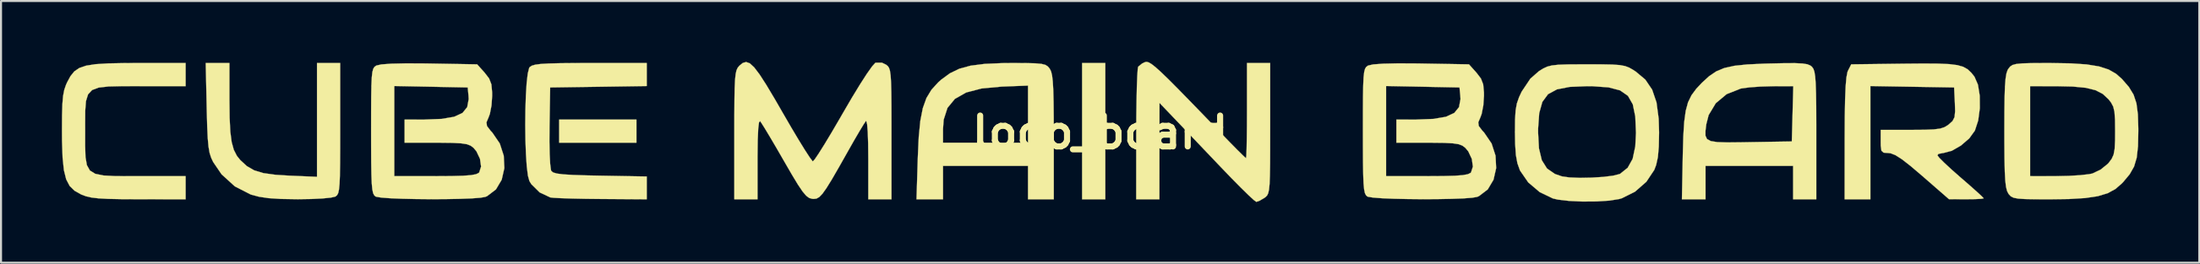
<source format=kicad_pcb>
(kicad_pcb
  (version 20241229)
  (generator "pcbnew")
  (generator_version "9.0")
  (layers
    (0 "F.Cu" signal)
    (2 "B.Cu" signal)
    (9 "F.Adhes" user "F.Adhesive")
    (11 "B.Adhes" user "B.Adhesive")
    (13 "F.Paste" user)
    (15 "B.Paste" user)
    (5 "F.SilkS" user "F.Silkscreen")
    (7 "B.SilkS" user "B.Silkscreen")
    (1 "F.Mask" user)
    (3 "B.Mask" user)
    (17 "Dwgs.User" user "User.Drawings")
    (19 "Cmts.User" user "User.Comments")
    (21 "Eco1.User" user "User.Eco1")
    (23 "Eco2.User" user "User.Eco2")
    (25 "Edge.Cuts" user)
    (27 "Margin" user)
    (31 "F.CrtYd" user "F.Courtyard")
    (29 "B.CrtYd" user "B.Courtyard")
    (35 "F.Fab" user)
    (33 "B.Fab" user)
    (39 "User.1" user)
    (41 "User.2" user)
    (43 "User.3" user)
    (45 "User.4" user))
  (footprint "logo_board"
    (layer "F.Cu")
    (at 51.186 3.493)
    (property "Reference" "logo_board" (at 0 0 0) (layer "F.SilkS") (effects (font (size 1.524 1.524) (thickness 0.3))))
    (attr through_hole)
    (fp_poly (pts (xy -22.86 0.508) (xy -26.67 0.508) (xy -26.67 -0.635) (xy -22.86 -0.635) (xy -22.86 0.508)) (stroke (width 0.01) (type solid)) (fill yes) (layer "F.SilkS"))
    (fp_poly (pts (xy 0.254 3.302) (xy -0.889 3.302) (xy -0.889 -3.429) (xy 0.254 -3.429) (xy 0.254 3.302)) (stroke (width 0.01) (type solid)) (fill yes) (layer "F.SilkS"))
    (fp_poly (pts (xy -22.352 -2.292) (xy -24.733 -2.257) (xy -27.114 -2.223) (xy -27.146 -0.254) (xy -27.15 0.455) (xy -27.138 1.073) (xy -27.113 1.551) (xy -27.076 1.845) (xy -27.056 1.905) (xy -26.968 1.976) (xy -26.784 2.03) (xy -26.472 2.07) (xy -25.999 2.099) (xy -25.331 2.121) (xy -24.643 2.135) (xy -22.352 2.175) (xy -22.352 3.302) (xy -24.606 3.287) (xy -25.353 3.279) (xy -26.025 3.265) (xy -26.574 3.248) (xy -26.954 3.227) (xy -27.109 3.209) (xy -27.63 2.963) (xy -28.044 2.553) (xy -28.137 2.4) (xy -28.21 2.132) (xy -28.267 1.671) (xy -28.307 1.067) (xy -28.332 0.367) (xy -28.341 -0.381) (xy -28.333 -1.131) (xy -28.31 -1.834) (xy -28.272 -2.443) (xy -28.218 -2.909) (xy -28.149 -3.186) (xy -28.121 -3.229) (xy -28.022 -3.296) (xy -27.852 -3.347) (xy -27.58 -3.383) (xy -27.174 -3.407) (xy -26.601 -3.421) (xy -25.83 -3.428) (xy -25.137 -3.429) (xy -22.352 -3.429) (xy -22.352 -2.292)) (stroke (width 0.01) (type solid)) (fill yes) (layer "F.SilkS"))
    (fp_poly (pts (xy -3.68 -3.427) (xy -3.203 -3.415) (xy -2.89 -3.387) (xy -2.695 -3.337) (xy -2.573 -3.256) (xy -2.484 -3.147) (xy -2.42 -3.02) (xy -2.371 -2.824) (xy -2.336 -2.528) (xy -2.311 -2.101) (xy -2.296 -1.511) (xy -2.288 -0.727) (xy -2.286 0.219) (xy -2.286 3.302) (xy -3.556 3.302) (xy -3.556 1.651) (xy -7.747 1.651) (xy -7.747 3.302) (xy -9.053 3.302) (xy -8.989 1.238) (xy -8.943 0.227) (xy -8.904 -0.172) (xy -7.747 -0.172) (xy -7.747 0.508) (xy -3.556 0.508) (xy -3.556 -2.315) (xy -4.858 -2.265) (xy -5.841 -2.173) (xy -6.604 -1.974) (xy -7.161 -1.658) (xy -7.526 -1.214) (xy -7.713 -0.633) (xy -7.747 -0.172) (xy -8.904 -0.172) (xy -8.865 -0.572) (xy -8.742 -1.201) (xy -8.564 -1.699) (xy -8.316 -2.109) (xy -7.987 -2.471) (xy -7.83 -2.612) (xy -7.409 -2.921) (xy -6.944 -3.146) (xy -6.388 -3.298) (xy -5.695 -3.387) (xy -4.818 -3.425) (xy -4.366 -3.429) (xy -3.68 -3.427)) (stroke (width 0.01) (type solid)) (fill yes) (layer "F.SilkS"))
    (fp_poly (pts (xy -43.51 -3.429) (xy -42.926 -3.429) (xy -42.926 -1.618) (xy -42.916 -0.722) (xy -42.882 -0.037) (xy -42.815 0.476) (xy -42.709 0.861) (xy -42.556 1.158) (xy -42.389 1.366) (xy -42.065 1.664) (xy -41.704 1.872) (xy -41.252 2.009) (xy -40.651 2.092) (xy -39.973 2.134) (xy -38.608 2.192) (xy -38.608 -3.429) (xy -37.465 -3.429) (xy -37.465 -0.195) (xy -37.466 0.796) (xy -37.47 1.563) (xy -37.48 2.137) (xy -37.497 2.547) (xy -37.525 2.824) (xy -37.564 2.998) (xy -37.618 3.099) (xy -37.689 3.158) (xy -37.711 3.171) (xy -37.927 3.22) (xy -38.34 3.261) (xy -38.892 3.288) (xy -39.525 3.298) (xy -39.584 3.298) (xy -40.385 3.285) (xy -40.993 3.246) (xy -41.466 3.176) (xy -41.866 3.068) (xy -41.887 3.06) (xy -42.659 2.664) (xy -43.314 2.067) (xy -43.727 1.46) (xy -43.828 1.246) (xy -43.903 1.009) (xy -43.956 0.704) (xy -43.994 0.287) (xy -44.021 -0.286) (xy -44.042 -1.06) (xy -44.046 -1.238) (xy -44.094 -3.429) (xy -43.51 -3.429)) (stroke (width 0.01) (type solid)) (fill yes) (layer "F.SilkS"))
    (fp_poly (pts (xy -45.085 -2.286) (xy -47.307 -2.286) (xy -48.207 -2.287) (xy -48.884 -2.272) (xy -49.37 -2.217) (xy -49.697 -2.095) (xy -49.895 -1.88) (xy -49.998 -1.548) (xy -50.035 -1.073) (xy -50.039 -0.428) (xy -50.038 -0.064) (xy -50.039 0.668) (xy -50.021 1.219) (xy -49.953 1.615) (xy -49.803 1.881) (xy -49.54 2.043) (xy -49.132 2.126) (xy -48.547 2.157) (xy -47.755 2.16) (xy -47.307 2.159) (xy -45.085 2.159) (xy -45.085 3.302) (xy -47.403 3.299) (xy -48.258 3.295) (xy -48.903 3.282) (xy -49.378 3.256) (xy -49.728 3.215) (xy -49.993 3.154) (xy -50.218 3.07) (xy -50.24 3.06) (xy -50.561 2.879) (xy -50.802 2.643) (xy -50.973 2.315) (xy -51.086 1.861) (xy -51.15 1.244) (xy -51.178 0.429) (xy -51.181 -0.089) (xy -51.177 -0.846) (xy -51.16 -1.4) (xy -51.126 -1.802) (xy -51.068 -2.103) (xy -50.982 -2.355) (xy -50.921 -2.488) (xy -50.758 -2.788) (xy -50.572 -3.017) (xy -50.328 -3.184) (xy -49.992 -3.299) (xy -49.528 -3.372) (xy -48.902 -3.411) (xy -48.079 -3.427) (xy -47.447 -3.429) (xy -45.085 -3.429) (xy -45.085 -2.286)) (stroke (width 0.01) (type solid)) (fill yes) (layer "F.SilkS"))
    (fp_poly (pts (xy 2.394 -3.461) (xy 2.534 -3.379) (xy 2.73 -3.225) (xy 2.999 -2.983) (xy 3.358 -2.636) (xy 3.824 -2.168) (xy 4.415 -1.563) (xy 5.148 -0.806) (xy 5.955 0.032) (xy 6.394 0.485) (xy 6.767 0.864) (xy 7.041 1.134) (xy 7.181 1.264) (xy 7.192 1.27) (xy 7.207 1.15) (xy 7.22 0.815) (xy 7.23 0.305) (xy 7.237 -0.34) (xy 7.239 -1.079) (xy 7.239 -3.429) (xy 8.382 -3.429) (xy 8.382 -0.198) (xy 8.381 0.79) (xy 8.378 1.556) (xy 8.369 2.128) (xy 8.353 2.54) (xy 8.326 2.821) (xy 8.286 3.002) (xy 8.23 3.115) (xy 8.157 3.189) (xy 8.1 3.231) (xy 7.849 3.379) (xy 7.7 3.429) (xy 7.579 3.341) (xy 7.314 3.097) (xy 6.935 2.726) (xy 6.472 2.256) (xy 5.982 1.746) (xy 5.407 1.142) (xy 4.833 0.539) (xy 4.307 -0.013) (xy 3.876 -0.465) (xy 3.654 -0.698) (xy 2.926 -1.46) (xy 2.921 3.302) (xy 1.778 3.302) (xy 1.78 0.095) (xy 1.784 -0.786) (xy 1.795 -1.586) (xy 1.81 -2.268) (xy 1.831 -2.797) (xy 1.854 -3.136) (xy 1.875 -3.248) (xy 2.066 -3.404) (xy 2.211 -3.474) (xy 2.292 -3.488) (xy 2.394 -3.461)) (stroke (width 0.01) (type solid)) (fill yes) (layer "F.SilkS"))
    (fp_poly (pts (xy 34.627 -3.406) (xy 34.865 -3.368) (xy 35.016 -3.305) (xy 35.093 -3.242) (xy 35.16 -3.151) (xy 35.211 -3.007) (xy 35.249 -2.778) (xy 35.275 -2.434) (xy 35.292 -1.945) (xy 35.302 -1.279) (xy 35.306 -0.406) (xy 35.306 0.136) (xy 35.306 3.302) (xy 34.163 3.302) (xy 34.163 1.651) (xy 29.845 1.651) (xy 29.845 3.302) (xy 28.681 3.302) (xy 28.724 1.111) (xy 28.75 0.191) (xy 28.766 -0.078) (xy 29.842 -0.078) (xy 29.843 0.162) (xy 29.918 0.325) (xy 30.101 0.426) (xy 30.424 0.477) (xy 30.919 0.493) (xy 31.621 0.486) (xy 32.033 0.479) (xy 34.099 0.445) (xy 34.136 -0.921) (xy 34.172 -2.286) (xy 33.12 -2.283) (xy 32.552 -2.267) (xy 32.017 -2.228) (xy 31.615 -2.174) (xy 31.569 -2.164) (xy 30.885 -1.892) (xy 30.35 -1.444) (xy 29.998 -0.858) (xy 29.883 -0.408) (xy 29.842 -0.078) (xy 28.766 -0.078) (xy 28.794 -0.519) (xy 28.868 -1.065) (xy 28.983 -1.49) (xy 29.153 -1.839) (xy 29.388 -2.157) (xy 29.672 -2.459) (xy 30.022 -2.78) (xy 30.371 -3.016) (xy 30.767 -3.182) (xy 31.259 -3.292) (xy 31.895 -3.359) (xy 32.724 -3.398) (xy 32.966 -3.405) (xy 33.718 -3.421) (xy 34.258 -3.423) (xy 34.627 -3.406)) (stroke (width 0.01) (type solid)) (fill yes) (layer "F.SilkS"))
    (fp_poly (pts (xy 41.31 -3.4) (xy 41.86 -3.376) (xy 42.263 -3.325) (xy 42.555 -3.24) (xy 42.773 -3.116) (xy 42.951 -2.946) (xy 43.104 -2.753) (xy 43.275 -2.361) (xy 43.363 -1.814) (xy 43.367 -1.195) (xy 43.287 -0.591) (xy 43.124 -0.091) (xy 42.847 0.293) (xy 42.438 0.646) (xy 41.983 0.907) (xy 41.57 1.016) (xy 41.55 1.016) (xy 41.332 1.059) (xy 41.275 1.127) (xy 41.366 1.248) (xy 41.613 1.496) (xy 41.979 1.836) (xy 42.418 2.223) (xy 42.862 2.609) (xy 43.226 2.933) (xy 43.471 3.159) (xy 43.561 3.255) (xy 43.445 3.278) (xy 43.14 3.294) (xy 42.713 3.299) (xy 42.704 3.299) (xy 41.846 3.296) (xy 40.539 2.156) (xy 39.961 1.664) (xy 39.53 1.327) (xy 39.212 1.124) (xy 38.973 1.029) (xy 38.856 1.016) (xy 38.625 0.999) (xy 38.516 0.902) (xy 38.483 0.656) (xy 38.481 0.445) (xy 38.481 -0.127) (xy 39.988 -0.127) (xy 40.646 -0.132) (xy 41.103 -0.151) (xy 41.413 -0.191) (xy 41.629 -0.262) (xy 41.804 -0.37) (xy 41.835 -0.395) (xy 42.024 -0.567) (xy 42.121 -0.757) (xy 42.15 -1.047) (xy 42.138 -1.442) (xy 42.1 -2.223) (xy 37.973 -2.292) (xy 37.973 3.302) (xy 36.703 3.302) (xy 36.705 0.286) (xy 36.71 -0.793) (xy 36.726 -1.639) (xy 36.752 -2.272) (xy 36.79 -2.712) (xy 36.841 -2.981) (xy 36.867 -3.048) (xy 37.028 -3.365) (xy 39.628 -3.397) (xy 40.578 -3.405) (xy 41.31 -3.4)) (stroke (width 0.01) (type solid)) (fill yes) (layer "F.SilkS"))
    (fp_poly (pts (xy 47.846 -3.413) (xy 48.632 -3.361) (xy 49.242 -3.262) (xy 49.716 -3.109) (xy 50.091 -2.893) (xy 50.376 -2.639) (xy 50.717 -2.245) (xy 50.947 -1.867) (xy 51.088 -1.441) (xy 51.159 -0.902) (xy 51.181 -0.184) (xy 51.181 -0.064) (xy 51.165 0.685) (xy 51.102 1.246) (xy 50.972 1.684) (xy 50.756 2.064) (xy 50.433 2.452) (xy 50.376 2.512) (xy 50.056 2.792) (xy 49.672 3.001) (xy 49.186 3.148) (xy 48.559 3.241) (xy 47.753 3.29) (xy 46.847 3.302) (xy 46.119 3.3) (xy 45.602 3.291) (xy 45.255 3.268) (xy 45.035 3.226) (xy 44.899 3.159) (xy 44.805 3.061) (xy 44.775 3.02) (xy 44.708 2.887) (xy 44.658 2.681) (xy 44.622 2.37) (xy 44.611 2.159) (xy 45.847 2.159) (xy 47.149 2.158) (xy 47.756 2.145) (xy 48.319 2.111) (xy 48.757 2.061) (xy 48.919 2.028) (xy 49.321 1.837) (xy 49.681 1.546) (xy 49.712 1.511) (xy 49.867 1.306) (xy 49.963 1.094) (xy 50.015 0.811) (xy 50.035 0.389) (xy 50.038 -0.064) (xy 50.032 -0.634) (xy 50.006 -1.016) (xy 49.945 -1.276) (xy 49.836 -1.48) (xy 49.712 -1.638) (xy 49.43 -1.902) (xy 49.072 -2.087) (xy 48.593 -2.206) (xy 47.949 -2.268) (xy 47.149 -2.285) (xy 45.847 -2.286) (xy 45.847 2.159) (xy 44.611 2.159) (xy 44.598 1.921) (xy 44.584 1.301) (xy 44.578 0.478) (xy 44.577 -0.064) (xy 44.58 -1.011) (xy 44.589 -1.736) (xy 44.607 -2.274) (xy 44.637 -2.655) (xy 44.679 -2.914) (xy 44.737 -3.082) (xy 44.775 -3.147) (xy 44.864 -3.256) (xy 44.981 -3.333) (xy 45.167 -3.383) (xy 45.466 -3.412) (xy 45.92 -3.425) (xy 46.571 -3.429) (xy 46.847 -3.429) (xy 47.846 -3.413)) (stroke (width 0.01) (type solid)) (fill yes) (layer "F.SilkS"))
    (fp_poly (pts (xy 24.729 -3.364) (xy 25.25 -3.354) (xy 25.617 -3.328) (xy 25.879 -3.279) (xy 26.087 -3.2) (xy 26.29 -3.082) (xy 26.403 -3.008) (xy 26.877 -2.611) (xy 27.213 -2.116) (xy 27.428 -1.485) (xy 27.535 -0.68) (xy 27.555 0) (xy 27.541 0.703) (xy 27.496 1.216) (xy 27.412 1.603) (xy 27.319 1.85) (xy 26.928 2.437) (xy 26.368 2.927) (xy 25.722 3.25) (xy 25.582 3.291) (xy 25.1 3.368) (xy 24.471 3.408) (xy 23.781 3.413) (xy 23.117 3.382) (xy 22.565 3.317) (xy 22.318 3.26) (xy 21.669 2.947) (xy 21.104 2.467) (xy 20.706 1.891) (xy 20.69 1.857) (xy 20.571 1.523) (xy 20.496 1.115) (xy 20.459 0.57) (xy 20.45 -0.006) (xy 21.59 -0.006) (xy 21.633 0.787) (xy 21.774 1.372) (xy 22.031 1.782) (xy 22.422 2.052) (xy 22.766 2.17) (xy 23.138 2.223) (xy 23.652 2.243) (xy 24.233 2.232) (xy 24.803 2.196) (xy 25.286 2.136) (xy 25.605 2.056) (xy 25.637 2.041) (xy 26.007 1.745) (xy 26.252 1.305) (xy 26.383 0.686) (xy 26.416 0.019) (xy 26.382 -0.788) (xy 26.26 -1.387) (xy 26.02 -1.808) (xy 25.631 -2.079) (xy 25.064 -2.227) (xy 24.289 -2.283) (xy 23.997 -2.286) (xy 23.151 -2.251) (xy 22.523 -2.129) (xy 22.082 -1.891) (xy 21.8 -1.509) (xy 21.646 -0.956) (xy 21.592 -0.203) (xy 21.59 -0.006) (xy 20.45 -0.006) (xy 20.45 -0.007) (xy 20.455 -0.638) (xy 20.483 -1.089) (xy 20.544 -1.432) (xy 20.652 -1.741) (xy 20.78 -2.016) (xy 21.211 -2.659) (xy 21.628 -3.025) (xy 21.839 -3.157) (xy 22.037 -3.25) (xy 22.27 -3.31) (xy 22.589 -3.345) (xy 23.044 -3.361) (xy 23.683 -3.365) (xy 24.003 -3.365) (xy 24.729 -3.364)) (stroke (width 0.01) (type solid)) (fill yes) (layer "F.SilkS"))
    (fp_poly (pts (xy -33.255 -3.408) (xy -33.067 -3.405) (xy -30.713 -3.365) (xy -30.342 -2.951) (xy -30.122 -2.664) (xy -30.011 -2.376) (xy -29.974 -1.978) (xy -29.973 -1.808) (xy -30.005 -1.336) (xy -30.086 -0.917) (xy -30.154 -0.734) (xy -30.253 -0.5) (xy -30.229 -0.319) (xy -30.056 -0.091) (xy -29.964 0.008) (xy -29.597 0.545) (xy -29.402 1.148) (xy -29.372 1.762) (xy -29.502 2.335) (xy -29.785 2.813) (xy -30.218 3.144) (xy -30.31 3.183) (xy -30.55 3.225) (xy -30.986 3.258) (xy -31.571 3.28) (xy -32.254 3.293) (xy -32.988 3.297) (xy -33.722 3.29) (xy -34.409 3.275) (xy -34.999 3.251) (xy -35.444 3.217) (xy -35.695 3.175) (xy -35.719 3.165) (xy -35.788 3.105) (xy -35.842 2.997) (xy -35.881 2.811) (xy -35.909 2.514) (xy -35.923 2.159) (xy -34.798 2.159) (xy -32.782 2.159) (xy -31.986 2.154) (xy -31.408 2.139) (xy -31.014 2.109) (xy -30.767 2.063) (xy -30.633 1.996) (xy -30.611 1.974) (xy -30.519 1.686) (xy -30.572 1.306) (xy -30.748 0.932) (xy -30.896 0.756) (xy -31.037 0.651) (xy -31.224 0.58) (xy -31.506 0.537) (xy -31.933 0.515) (xy -32.552 0.508) (xy -32.726 0.508) (xy -34.29 0.508) (xy -34.29 -0.635) (xy -33.306 -0.636) (xy -32.465 -0.669) (xy -31.848 -0.774) (xy -31.435 -0.965) (xy -31.203 -1.251) (xy -31.13 -1.646) (xy -31.139 -1.816) (xy -31.178 -2.223) (xy -34.798 -2.293) (xy -34.798 2.159) (xy -35.923 2.159) (xy -35.926 2.078) (xy -35.936 1.471) (xy -35.94 0.663) (xy -35.941 -0.065) (xy -35.94 -1.032) (xy -35.936 -1.776) (xy -35.926 -2.327) (xy -35.908 -2.718) (xy -35.879 -2.979) (xy -35.837 -3.141) (xy -35.779 -3.235) (xy -35.703 -3.293) (xy -35.681 -3.305) (xy -35.433 -3.361) (xy -34.941 -3.397) (xy -34.212 -3.413) (xy -33.255 -3.408)) (stroke (width 0.01) (type solid)) (fill yes) (layer "F.SilkS"))
    (fp_poly (pts (xy 15.64 -3.408) (xy 15.828 -3.405) (xy 18.182 -3.365) (xy 18.553 -2.951) (xy 18.773 -2.664) (xy 18.884 -2.376) (xy 18.921 -1.978) (xy 18.922 -1.808) (xy 18.89 -1.336) (xy 18.809 -0.917) (xy 18.741 -0.734) (xy 18.642 -0.5) (xy 18.666 -0.319) (xy 18.839 -0.091) (xy 18.931 0.008) (xy 19.298 0.545) (xy 19.493 1.148) (xy 19.523 1.762) (xy 19.393 2.335) (xy 19.11 2.813) (xy 18.677 3.144) (xy 18.585 3.183) (xy 18.345 3.225) (xy 17.909 3.258) (xy 17.324 3.28) (xy 16.641 3.293) (xy 15.907 3.297) (xy 15.173 3.29) (xy 14.486 3.275) (xy 13.896 3.251) (xy 13.451 3.217) (xy 13.2 3.175) (xy 13.176 3.165) (xy 13.107 3.105) (xy 13.053 2.997) (xy 13.014 2.811) (xy 12.986 2.514) (xy 12.972 2.159) (xy 14.097 2.159) (xy 16.113 2.159) (xy 16.909 2.154) (xy 17.487 2.139) (xy 17.881 2.109) (xy 18.128 2.063) (xy 18.262 1.996) (xy 18.284 1.974) (xy 18.376 1.686) (xy 18.323 1.306) (xy 18.147 0.932) (xy 17.999 0.756) (xy 17.858 0.651) (xy 17.671 0.58) (xy 17.389 0.537) (xy 16.962 0.515) (xy 16.343 0.508) (xy 16.169 0.508) (xy 14.605 0.508) (xy 14.605 -0.635) (xy 15.589 -0.636) (xy 16.43 -0.669) (xy 17.047 -0.774) (xy 17.46 -0.965) (xy 17.692 -1.251) (xy 17.765 -1.646) (xy 17.756 -1.816) (xy 17.716 -2.223) (xy 14.097 -2.293) (xy 14.097 2.159) (xy 12.972 2.159) (xy 12.969 2.078) (xy 12.959 1.471) (xy 12.955 0.663) (xy 12.954 -0.065) (xy 12.955 -1.032) (xy 12.959 -1.776) (xy 12.969 -2.327) (xy 12.987 -2.718) (xy 13.016 -2.979) (xy 13.058 -3.141) (xy 13.116 -3.235) (xy 13.192 -3.293) (xy 13.214 -3.305) (xy 13.462 -3.361) (xy 13.954 -3.397) (xy 14.683 -3.413) (xy 15.64 -3.408)) (stroke (width 0.01) (type solid)) (fill yes) (layer "F.SilkS"))
    (fp_poly (pts (xy -17.27 -3.414) (xy -17.057 -3.218) (xy -16.793 -2.871) (xy -16.46 -2.355) (xy -16.039 -1.649) (xy -15.645 -0.965) (xy -15.239 -0.264) (xy -14.87 0.356) (xy -14.558 0.863) (xy -14.323 1.225) (xy -14.185 1.41) (xy -14.161 1.428) (xy -14.066 1.322) (xy -13.867 1.027) (xy -13.583 0.574) (xy -13.235 -0.005) (xy -12.842 -0.677) (xy -12.676 -0.965) (xy -12.236 -1.72) (xy -11.838 -2.374) (xy -11.501 -2.898) (xy -11.243 -3.262) (xy -11.084 -3.438) (xy -11.067 -3.447) (xy -10.757 -3.445) (xy -10.556 -3.349) (xy -10.473 -3.283) (xy -10.41 -3.194) (xy -10.363 -3.051) (xy -10.33 -2.823) (xy -10.308 -2.48) (xy -10.295 -1.991) (xy -10.289 -1.324) (xy -10.287 -0.45) (xy -10.287 0.071) (xy -10.287 3.302) (xy -11.43 3.302) (xy -11.43 1.308) (xy -11.437 0.551) (xy -11.457 -0.029) (xy -11.488 -0.409) (xy -11.53 -0.567) (xy -11.547 -0.565) (xy -11.651 -0.413) (xy -11.85 -0.086) (xy -12.117 0.37) (xy -12.422 0.908) (xy -12.447 0.953) (xy -12.89 1.737) (xy -13.231 2.327) (xy -13.491 2.747) (xy -13.689 3.026) (xy -13.847 3.191) (xy -13.985 3.268) (xy -14.123 3.284) (xy -14.199 3.278) (xy -14.343 3.237) (xy -14.492 3.126) (xy -14.67 2.916) (xy -14.9 2.574) (xy -15.205 2.069) (xy -15.591 1.401) (xy -15.949 0.78) (xy -16.27 0.234) (xy -16.53 -0.199) (xy -16.706 -0.478) (xy -16.766 -0.561) (xy -16.819 -0.494) (xy -16.857 -0.179) (xy -16.881 0.38) (xy -16.891 1.179) (xy -16.891 1.308) (xy -16.891 3.302) (xy -18.034 3.302) (xy -18.034 0.127) (xy -18.033 -0.856) (xy -18.028 -1.617) (xy -18.018 -2.187) (xy -17.999 -2.598) (xy -17.969 -2.882) (xy -17.927 -3.071) (xy -17.869 -3.195) (xy -17.794 -3.288) (xy -17.783 -3.299) (xy -17.615 -3.435) (xy -17.45 -3.48) (xy -17.27 -3.414)) (stroke (width 0.01) (type solid)) (fill yes) (layer "F.SilkS")))
  (gr_rect
    (start -3 -3)
    (end 105.372 9.927)
    (stroke (width 0.1) (type default))
    (fill no)
    (layer "Edge.Cuts")))
</source>
